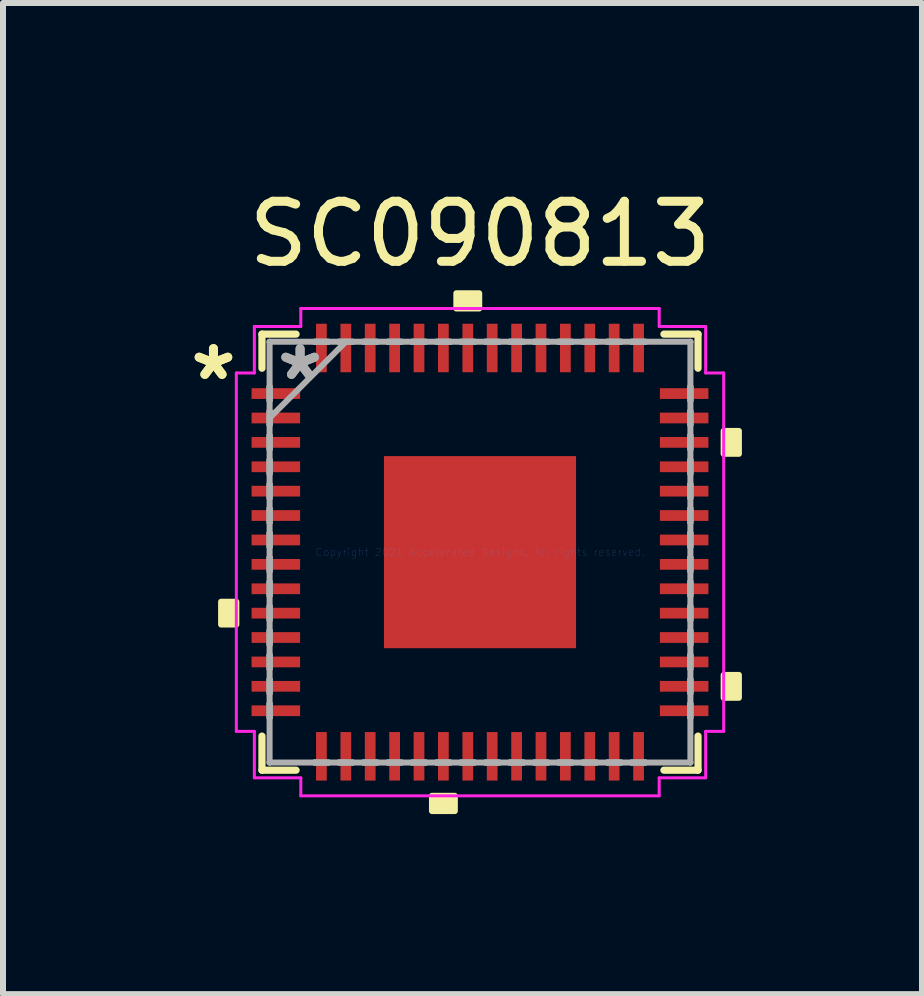
<source format=kicad_pcb>
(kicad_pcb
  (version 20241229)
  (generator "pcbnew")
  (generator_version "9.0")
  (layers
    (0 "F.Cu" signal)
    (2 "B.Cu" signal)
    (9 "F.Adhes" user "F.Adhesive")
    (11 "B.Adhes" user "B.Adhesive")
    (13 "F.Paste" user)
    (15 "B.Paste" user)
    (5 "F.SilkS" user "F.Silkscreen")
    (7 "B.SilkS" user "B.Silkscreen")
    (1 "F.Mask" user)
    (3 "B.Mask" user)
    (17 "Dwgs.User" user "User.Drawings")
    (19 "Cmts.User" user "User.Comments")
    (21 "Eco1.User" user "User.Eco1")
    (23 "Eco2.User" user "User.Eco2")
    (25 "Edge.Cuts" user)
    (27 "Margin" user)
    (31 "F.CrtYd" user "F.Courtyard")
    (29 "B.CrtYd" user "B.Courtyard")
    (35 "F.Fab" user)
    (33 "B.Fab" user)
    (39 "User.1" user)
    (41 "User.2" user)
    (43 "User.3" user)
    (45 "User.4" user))
  (footprint "SC090813"
    (layer "F.Cu")
    (at 4.946 6.148)
    (property "Reference" "SC090813" (at 0 -5.3 0) (layer "F.SilkS") (effects (font (size 1 1) (thickness 0.15))))
    (attr through_hole)
    (fp_line (start -3.632 -3.632) (end -3.632 -3.064) (stroke (width 0.12) (type solid)) (layer "F.SilkS"))
    (fp_line (start -3.632 3.064) (end -3.632 3.632) (stroke (width 0.12) (type solid)) (layer "F.SilkS"))
    (fp_line (start -3.632 3.632) (end -3.064 3.632) (stroke (width 0.12) (type solid)) (layer "F.SilkS"))
    (fp_line (start -3.064 -3.632) (end -3.632 -3.632) (stroke (width 0.12) (type solid)) (layer "F.SilkS"))
    (fp_line (start 3.064 3.632) (end 3.632 3.632) (stroke (width 0.12) (type solid)) (layer "F.SilkS"))
    (fp_line (start 3.632 -3.632) (end 3.064 -3.632) (stroke (width 0.12) (type solid)) (layer "F.SilkS"))
    (fp_line (start 3.632 -3.064) (end 3.632 -3.632) (stroke (width 0.12) (type solid)) (layer "F.SilkS"))
    (fp_line (start 3.632 3.632) (end 3.632 3.064) (stroke (width 0.12) (type solid)) (layer "F.SilkS"))
    (fp_poly (pts (xy -4.313 0.826) (xy -4.313 1.206) (xy -4.059 1.206) (xy -4.059 0.826)) (stroke (width 0.1) (type solid)) (fill yes) (layer "F.SilkS"))
    (fp_poly (pts (xy -0.8 4.059) (xy -0.8 4.313) (xy -0.419 4.313) (xy -0.419 4.059)) (stroke (width 0.1) (type solid)) (fill yes) (layer "F.SilkS"))
    (fp_poly (pts (xy -0.394 -4.059) (xy -0.394 -4.313) (xy -0.013 -4.313) (xy -0.013 -4.059)) (stroke (width 0.1) (type solid)) (fill yes) (layer "F.SilkS"))
    (fp_poly (pts (xy 4.313 -2.019) (xy 4.313 -1.638) (xy 4.059 -1.638) (xy 4.059 -2.019)) (stroke (width 0.1) (type solid)) (fill yes) (layer "F.SilkS"))
    (fp_poly (pts (xy 4.313 2.045) (xy 4.313 2.426) (xy 4.059 2.426) (xy 4.059 2.045)) (stroke (width 0.1) (type solid)) (fill yes) (layer "F.SilkS"))
    (fp_poly (pts (xy -1.5 -1.5) (xy -1.5 -0.1) (xy -0.1 -0.1) (xy -0.1 -1.5)) (stroke (width 0.1) (type solid)) (fill yes) (layer "F.Paste"))
    (fp_poly (pts (xy -1.5 0.1) (xy -1.5 1.5) (xy -0.1 1.5) (xy -0.1 0.1)) (stroke (width 0.1) (type solid)) (fill yes) (layer "F.Paste"))
    (fp_poly (pts (xy 0.1 -1.5) (xy 0.1 -0.1) (xy 1.5 -0.1) (xy 1.5 -1.5)) (stroke (width 0.1) (type solid)) (fill yes) (layer "F.Paste"))
    (fp_poly (pts (xy 0.1 0.1) (xy 0.1 1.5) (xy 1.5 1.5) (xy 1.5 0.1)) (stroke (width 0.1) (type solid)) (fill yes) (layer "F.Paste"))
    (fp_line (start -4.059 -2.985) (end -3.759 -2.985) (stroke (width 0.05) (type solid)) (layer "F.CrtYd"))
    (fp_line (start -4.059 2.985) (end -4.059 -2.985) (stroke (width 0.05) (type solid)) (layer "F.CrtYd"))
    (fp_line (start -3.759 -3.759) (end -2.985 -3.759) (stroke (width 0.05) (type solid)) (layer "F.CrtYd"))
    (fp_line (start -3.759 -2.985) (end -3.759 -3.759) (stroke (width 0.05) (type solid)) (layer "F.CrtYd"))
    (fp_line (start -3.759 2.985) (end -4.059 2.985) (stroke (width 0.05) (type solid)) (layer "F.CrtYd"))
    (fp_line (start -3.759 3.759) (end -3.759 2.985) (stroke (width 0.05) (type solid)) (layer "F.CrtYd"))
    (fp_line (start -2.985 -4.059) (end 2.985 -4.059) (stroke (width 0.05) (type solid)) (layer "F.CrtYd"))
    (fp_line (start -2.985 -3.759) (end -2.985 -4.059) (stroke (width 0.05) (type solid)) (layer "F.CrtYd"))
    (fp_line (start -2.985 3.759) (end -3.759 3.759) (stroke (width 0.05) (type solid)) (layer "F.CrtYd"))
    (fp_line (start -2.985 4.059) (end -2.985 3.759) (stroke (width 0.05) (type solid)) (layer "F.CrtYd"))
    (fp_line (start 2.985 -4.059) (end 2.985 -3.759) (stroke (width 0.05) (type solid)) (layer "F.CrtYd"))
    (fp_line (start 2.985 -3.759) (end 3.759 -3.759) (stroke (width 0.05) (type solid)) (layer "F.CrtYd"))
    (fp_line (start 2.985 3.759) (end 2.985 4.059) (stroke (width 0.05) (type solid)) (layer "F.CrtYd"))
    (fp_line (start 2.985 4.059) (end -2.985 4.059) (stroke (width 0.05) (type solid)) (layer "F.CrtYd"))
    (fp_line (start 3.759 -3.759) (end 3.759 -2.985) (stroke (width 0.05) (type solid)) (layer "F.CrtYd"))
    (fp_line (start 3.759 -2.985) (end 4.059 -2.985) (stroke (width 0.05) (type solid)) (layer "F.CrtYd"))
    (fp_line (start 3.759 2.985) (end 3.759 3.759) (stroke (width 0.05) (type solid)) (layer "F.CrtYd"))
    (fp_line (start 3.759 3.759) (end 2.985 3.759) (stroke (width 0.05) (type solid)) (layer "F.CrtYd"))
    (fp_line (start 4.059 -2.985) (end 4.059 2.985) (stroke (width 0.05) (type solid)) (layer "F.CrtYd"))
    (fp_line (start 4.059 2.985) (end 3.759 2.985) (stroke (width 0.05) (type solid)) (layer "F.CrtYd"))
    (fp_line (start -3.505 -3.505) (end -3.505 -3.505) (stroke (width 0.1) (type solid)) (layer "F.Fab"))
    (fp_line (start -3.505 -3.505) (end -3.505 3.505) (stroke (width 0.1) (type solid)) (layer "F.Fab"))
    (fp_line (start -3.505 -2.756) (end -3.505 -2.756) (stroke (width 0.1) (type solid)) (layer "F.Fab"))
    (fp_line (start -3.505 -2.756) (end -3.505 -2.527) (stroke (width 0.1) (type solid)) (layer "F.Fab"))
    (fp_line (start -3.505 -2.527) (end -3.505 -2.756) (stroke (width 0.1) (type solid)) (layer "F.Fab"))
    (fp_line (start -3.505 -2.527) (end -3.505 -2.527) (stroke (width 0.1) (type solid)) (layer "F.Fab"))
    (fp_line (start -3.505 -2.349) (end -3.505 -2.349) (stroke (width 0.1) (type solid)) (layer "F.Fab"))
    (fp_line (start -3.505 -2.349) (end -3.505 -2.121) (stroke (width 0.1) (type solid)) (layer "F.Fab"))
    (fp_line (start -3.505 -2.235) (end -2.235 -3.505) (stroke (width 0.1) (type solid)) (layer "F.Fab"))
    (fp_line (start -3.505 -2.121) (end -3.505 -2.349) (stroke (width 0.1) (type solid)) (layer "F.Fab"))
    (fp_line (start -3.505 -2.121) (end -3.505 -2.121) (stroke (width 0.1) (type solid)) (layer "F.Fab"))
    (fp_line (start -3.505 -1.943) (end -3.505 -1.943) (stroke (width 0.1) (type solid)) (layer "F.Fab"))
    (fp_line (start -3.505 -1.943) (end -3.505 -1.714) (stroke (width 0.1) (type solid)) (layer "F.Fab"))
    (fp_line (start -3.505 -1.714) (end -3.505 -1.943) (stroke (width 0.1) (type solid)) (layer "F.Fab"))
    (fp_line (start -3.505 -1.714) (end -3.505 -1.714) (stroke (width 0.1) (type solid)) (layer "F.Fab"))
    (fp_line (start -3.505 -1.537) (end -3.505 -1.537) (stroke (width 0.1) (type solid)) (layer "F.Fab"))
    (fp_line (start -3.505 -1.537) (end -3.505 -1.308) (stroke (width 0.1) (type solid)) (layer "F.Fab"))
    (fp_line (start -3.505 -1.308) (end -3.505 -1.537) (stroke (width 0.1) (type solid)) (layer "F.Fab"))
    (fp_line (start -3.505 -1.308) (end -3.505 -1.308) (stroke (width 0.1) (type solid)) (layer "F.Fab"))
    (fp_line (start -3.505 -1.13) (end -3.505 -1.13) (stroke (width 0.1) (type solid)) (layer "F.Fab"))
    (fp_line (start -3.505 -1.13) (end -3.505 -0.902) (stroke (width 0.1) (type solid)) (layer "F.Fab"))
    (fp_line (start -3.505 -0.902) (end -3.505 -1.13) (stroke (width 0.1) (type solid)) (layer "F.Fab"))
    (fp_line (start -3.505 -0.902) (end -3.505 -0.902) (stroke (width 0.1) (type solid)) (layer "F.Fab"))
    (fp_line (start -3.505 -0.724) (end -3.505 -0.724) (stroke (width 0.1) (type solid)) (layer "F.Fab"))
    (fp_line (start -3.505 -0.724) (end -3.505 -0.495) (stroke (width 0.1) (type solid)) (layer "F.Fab"))
    (fp_line (start -3.505 -0.495) (end -3.505 -0.724) (stroke (width 0.1) (type solid)) (layer "F.Fab"))
    (fp_line (start -3.505 -0.495) (end -3.505 -0.495) (stroke (width 0.1) (type solid)) (layer "F.Fab"))
    (fp_line (start -3.505 -0.318) (end -3.505 -0.318) (stroke (width 0.1) (type solid)) (layer "F.Fab"))
    (fp_line (start -3.505 -0.318) (end -3.505 -0.089) (stroke (width 0.1) (type solid)) (layer "F.Fab"))
    (fp_line (start -3.505 -0.089) (end -3.505 -0.318) (stroke (width 0.1) (type solid)) (layer "F.Fab"))
    (fp_line (start -3.505 -0.089) (end -3.505 -0.089) (stroke (width 0.1) (type solid)) (layer "F.Fab"))
    (fp_line (start -3.505 0.089) (end -3.505 0.089) (stroke (width 0.1) (type solid)) (layer "F.Fab"))
    (fp_line (start -3.505 0.089) (end -3.505 0.318) (stroke (width 0.1) (type solid)) (layer "F.Fab"))
    (fp_line (start -3.505 0.318) (end -3.505 0.089) (stroke (width 0.1) (type solid)) (layer "F.Fab"))
    (fp_line (start -3.505 0.318) (end -3.505 0.318) (stroke (width 0.1) (type solid)) (layer "F.Fab"))
    (fp_line (start -3.505 0.495) (end -3.505 0.495) (stroke (width 0.1) (type solid)) (layer "F.Fab"))
    (fp_line (start -3.505 0.495) (end -3.505 0.724) (stroke (width 0.1) (type solid)) (layer "F.Fab"))
    (fp_line (start -3.505 0.724) (end -3.505 0.495) (stroke (width 0.1) (type solid)) (layer "F.Fab"))
    (fp_line (start -3.505 0.724) (end -3.505 0.724) (stroke (width 0.1) (type solid)) (layer "F.Fab"))
    (fp_line (start -3.505 0.902) (end -3.505 0.902) (stroke (width 0.1) (type solid)) (layer "F.Fab"))
    (fp_line (start -3.505 0.902) (end -3.505 1.13) (stroke (width 0.1) (type solid)) (layer "F.Fab"))
    (fp_line (start -3.505 1.13) (end -3.505 0.902) (stroke (width 0.1) (type solid)) (layer "F.Fab"))
    (fp_line (start -3.505 1.13) (end -3.505 1.13) (stroke (width 0.1) (type solid)) (layer "F.Fab"))
    (fp_line (start -3.505 1.308) (end -3.505 1.308) (stroke (width 0.1) (type solid)) (layer "F.Fab"))
    (fp_line (start -3.505 1.308) (end -3.505 1.537) (stroke (width 0.1) (type solid)) (layer "F.Fab"))
    (fp_line (start -3.505 1.537) (end -3.505 1.308) (stroke (width 0.1) (type solid)) (layer "F.Fab"))
    (fp_line (start -3.505 1.537) (end -3.505 1.537) (stroke (width 0.1) (type solid)) (layer "F.Fab"))
    (fp_line (start -3.505 1.714) (end -3.505 1.714) (stroke (width 0.1) (type solid)) (layer "F.Fab"))
    (fp_line (start -3.505 1.714) (end -3.505 1.943) (stroke (width 0.1) (type solid)) (layer "F.Fab"))
    (fp_line (start -3.505 1.943) (end -3.505 1.714) (stroke (width 0.1) (type solid)) (layer "F.Fab"))
    (fp_line (start -3.505 1.943) (end -3.505 1.943) (stroke (width 0.1) (type solid)) (layer "F.Fab"))
    (fp_line (start -3.505 2.121) (end -3.505 2.121) (stroke (width 0.1) (type solid)) (layer "F.Fab"))
    (fp_line (start -3.505 2.121) (end -3.505 2.349) (stroke (width 0.1) (type solid)) (layer "F.Fab"))
    (fp_line (start -3.505 2.349) (end -3.505 2.121) (stroke (width 0.1) (type solid)) (layer "F.Fab"))
    (fp_line (start -3.505 2.349) (end -3.505 2.349) (stroke (width 0.1) (type solid)) (layer "F.Fab"))
    (fp_line (start -3.505 2.527) (end -3.505 2.527) (stroke (width 0.1) (type solid)) (layer "F.Fab"))
    (fp_line (start -3.505 2.527) (end -3.505 2.756) (stroke (width 0.1) (type solid)) (layer "F.Fab"))
    (fp_line (start -3.505 2.756) (end -3.505 2.527) (stroke (width 0.1) (type solid)) (layer "F.Fab"))
    (fp_line (start -3.505 2.756) (end -3.505 2.756) (stroke (width 0.1) (type solid)) (layer "F.Fab"))
    (fp_line (start -3.505 3.505) (end -3.505 3.505) (stroke (width 0.1) (type solid)) (layer "F.Fab"))
    (fp_line (start -3.505 3.505) (end 3.505 3.505) (stroke (width 0.1) (type solid)) (layer "F.Fab"))
    (fp_line (start -2.756 -3.505) (end -2.756 -3.505) (stroke (width 0.1) (type solid)) (layer "F.Fab"))
    (fp_line (start -2.756 -3.505) (end -2.527 -3.505) (stroke (width 0.1) (type solid)) (layer "F.Fab"))
    (fp_line (start -2.756 3.505) (end -2.756 3.505) (stroke (width 0.1) (type solid)) (layer "F.Fab"))
    (fp_line (start -2.756 3.505) (end -2.527 3.505) (stroke (width 0.1) (type solid)) (layer "F.Fab"))
    (fp_line (start -2.527 -3.505) (end -2.756 -3.505) (stroke (width 0.1) (type solid)) (layer "F.Fab"))
    (fp_line (start -2.527 -3.505) (end -2.527 -3.505) (stroke (width 0.1) (type solid)) (layer "F.Fab"))
    (fp_line (start -2.527 3.505) (end -2.756 3.505) (stroke (width 0.1) (type solid)) (layer "F.Fab"))
    (fp_line (start -2.527 3.505) (end -2.527 3.505) (stroke (width 0.1) (type solid)) (layer "F.Fab"))
    (fp_line (start -2.349 -3.505) (end -2.349 -3.505) (stroke (width 0.1) (type solid)) (layer "F.Fab"))
    (fp_line (start -2.349 -3.505) (end -2.121 -3.505) (stroke (width 0.1) (type solid)) (layer "F.Fab"))
    (fp_line (start -2.349 3.505) (end -2.349 3.505) (stroke (width 0.1) (type solid)) (layer "F.Fab"))
    (fp_line (start -2.349 3.505) (end -2.121 3.505) (stroke (width 0.1) (type solid)) (layer "F.Fab"))
    (fp_line (start -2.121 -3.505) (end -2.349 -3.505) (stroke (width 0.1) (type solid)) (layer "F.Fab"))
    (fp_line (start -2.121 -3.505) (end -2.121 -3.505) (stroke (width 0.1) (type solid)) (layer "F.Fab"))
    (fp_line (start -2.121 3.505) (end -2.349 3.505) (stroke (width 0.1) (type solid)) (layer "F.Fab"))
    (fp_line (start -2.121 3.505) (end -2.121 3.505) (stroke (width 0.1) (type solid)) (layer "F.Fab"))
    (fp_line (start -1.943 -3.505) (end -1.943 -3.505) (stroke (width 0.1) (type solid)) (layer "F.Fab"))
    (fp_line (start -1.943 -3.505) (end -1.714 -3.505) (stroke (width 0.1) (type solid)) (layer "F.Fab"))
    (fp_line (start -1.943 3.505) (end -1.943 3.505) (stroke (width 0.1) (type solid)) (layer "F.Fab"))
    (fp_line (start -1.943 3.505) (end -1.714 3.505) (stroke (width 0.1) (type solid)) (layer "F.Fab"))
    (fp_line (start -1.714 -3.505) (end -1.943 -3.505) (stroke (width 0.1) (type solid)) (layer "F.Fab"))
    (fp_line (start -1.714 -3.505) (end -1.714 -3.505) (stroke (width 0.1) (type solid)) (layer "F.Fab"))
    (fp_line (start -1.714 3.505) (end -1.943 3.505) (stroke (width 0.1) (type solid)) (layer "F.Fab"))
    (fp_line (start -1.714 3.505) (end -1.714 3.505) (stroke (width 0.1) (type solid)) (layer "F.Fab"))
    (fp_line (start -1.537 -3.505) (end -1.537 -3.505) (stroke (width 0.1) (type solid)) (layer "F.Fab"))
    (fp_line (start -1.537 -3.505) (end -1.308 -3.505) (stroke (width 0.1) (type solid)) (layer "F.Fab"))
    (fp_line (start -1.537 3.505) (end -1.537 3.505) (stroke (width 0.1) (type solid)) (layer "F.Fab"))
    (fp_line (start -1.537 3.505) (end -1.308 3.505) (stroke (width 0.1) (type solid)) (layer "F.Fab"))
    (fp_line (start -1.308 -3.505) (end -1.537 -3.505) (stroke (width 0.1) (type solid)) (layer "F.Fab"))
    (fp_line (start -1.308 -3.505) (end -1.308 -3.505) (stroke (width 0.1) (type solid)) (layer "F.Fab"))
    (fp_line (start -1.308 3.505) (end -1.537 3.505) (stroke (width 0.1) (type solid)) (layer "F.Fab"))
    (fp_line (start -1.308 3.505) (end -1.308 3.505) (stroke (width 0.1) (type solid)) (layer "F.Fab"))
    (fp_line (start -1.13 -3.505) (end -1.13 -3.505) (stroke (width 0.1) (type solid)) (layer "F.Fab"))
    (fp_line (start -1.13 -3.505) (end -0.902 -3.505) (stroke (width 0.1) (type solid)) (layer "F.Fab"))
    (fp_line (start -1.13 3.505) (end -1.13 3.505) (stroke (width 0.1) (type solid)) (layer "F.Fab"))
    (fp_line (start -1.13 3.505) (end -0.902 3.505) (stroke (width 0.1) (type solid)) (layer "F.Fab"))
    (fp_line (start -0.902 -3.505) (end -1.13 -3.505) (stroke (width 0.1) (type solid)) (layer "F.Fab"))
    (fp_line (start -0.902 -3.505) (end -0.902 -3.505) (stroke (width 0.1) (type solid)) (layer "F.Fab"))
    (fp_line (start -0.902 3.505) (end -1.13 3.505) (stroke (width 0.1) (type solid)) (layer "F.Fab"))
    (fp_line (start -0.902 3.505) (end -0.902 3.505) (stroke (width 0.1) (type solid)) (layer "F.Fab"))
    (fp_line (start -0.724 -3.505) (end -0.724 -3.505) (stroke (width 0.1) (type solid)) (layer "F.Fab"))
    (fp_line (start -0.724 -3.505) (end -0.495 -3.505) (stroke (width 0.1) (type solid)) (layer "F.Fab"))
    (fp_line (start -0.724 3.505) (end -0.724 3.505) (stroke (width 0.1) (type solid)) (layer "F.Fab"))
    (fp_line (start -0.724 3.505) (end -0.495 3.505) (stroke (width 0.1) (type solid)) (layer "F.Fab"))
    (fp_line (start -0.495 -3.505) (end -0.724 -3.505) (stroke (width 0.1) (type solid)) (layer "F.Fab"))
    (fp_line (start -0.495 -3.505) (end -0.495 -3.505) (stroke (width 0.1) (type solid)) (layer "F.Fab"))
    (fp_line (start -0.495 3.505) (end -0.724 3.505) (stroke (width 0.1) (type solid)) (layer "F.Fab"))
    (fp_line (start -0.495 3.505) (end -0.495 3.505) (stroke (width 0.1) (type solid)) (layer "F.Fab"))
    (fp_line (start -0.318 -3.505) (end -0.318 -3.505) (stroke (width 0.1) (type solid)) (layer "F.Fab"))
    (fp_line (start -0.318 -3.505) (end -0.089 -3.505) (stroke (width 0.1) (type solid)) (layer "F.Fab"))
    (fp_line (start -0.318 3.505) (end -0.318 3.505) (stroke (width 0.1) (type solid)) (layer "F.Fab"))
    (fp_line (start -0.318 3.505) (end -0.089 3.505) (stroke (width 0.1) (type solid)) (layer "F.Fab"))
    (fp_line (start -0.089 -3.505) (end -0.318 -3.505) (stroke (width 0.1) (type solid)) (layer "F.Fab"))
    (fp_line (start -0.089 -3.505) (end -0.089 -3.505) (stroke (width 0.1) (type solid)) (layer "F.Fab"))
    (fp_line (start -0.089 3.505) (end -0.318 3.505) (stroke (width 0.1) (type solid)) (layer "F.Fab"))
    (fp_line (start -0.089 3.505) (end -0.089 3.505) (stroke (width 0.1) (type solid)) (layer "F.Fab"))
    (fp_line (start 0.089 -3.505) (end 0.089 -3.505) (stroke (width 0.1) (type solid)) (layer "F.Fab"))
    (fp_line (start 0.089 -3.505) (end 0.318 -3.505) (stroke (width 0.1) (type solid)) (layer "F.Fab"))
    (fp_line (start 0.089 3.505) (end 0.089 3.505) (stroke (width 0.1) (type solid)) (layer "F.Fab"))
    (fp_line (start 0.089 3.505) (end 0.318 3.505) (stroke (width 0.1) (type solid)) (layer "F.Fab"))
    (fp_line (start 0.318 -3.505) (end 0.089 -3.505) (stroke (width 0.1) (type solid)) (layer "F.Fab"))
    (fp_line (start 0.318 -3.505) (end 0.318 -3.505) (stroke (width 0.1) (type solid)) (layer "F.Fab"))
    (fp_line (start 0.318 3.505) (end 0.089 3.505) (stroke (width 0.1) (type solid)) (layer "F.Fab"))
    (fp_line (start 0.318 3.505) (end 0.318 3.505) (stroke (width 0.1) (type solid)) (layer "F.Fab"))
    (fp_line (start 0.495 -3.505) (end 0.495 -3.505) (stroke (width 0.1) (type solid)) (layer "F.Fab"))
    (fp_line (start 0.495 -3.505) (end 0.724 -3.505) (stroke (width 0.1) (type solid)) (layer "F.Fab"))
    (fp_line (start 0.495 3.505) (end 0.495 3.505) (stroke (width 0.1) (type solid)) (layer "F.Fab"))
    (fp_line (start 0.495 3.505) (end 0.724 3.505) (stroke (width 0.1) (type solid)) (layer "F.Fab"))
    (fp_line (start 0.724 -3.505) (end 0.495 -3.505) (stroke (width 0.1) (type solid)) (layer "F.Fab"))
    (fp_line (start 0.724 -3.505) (end 0.724 -3.505) (stroke (width 0.1) (type solid)) (layer "F.Fab"))
    (fp_line (start 0.724 3.505) (end 0.495 3.505) (stroke (width 0.1) (type solid)) (layer "F.Fab"))
    (fp_line (start 0.724 3.505) (end 0.724 3.505) (stroke (width 0.1) (type solid)) (layer "F.Fab"))
    (fp_line (start 0.902 -3.505) (end 0.902 -3.505) (stroke (width 0.1) (type solid)) (layer "F.Fab"))
    (fp_line (start 0.902 -3.505) (end 1.13 -3.505) (stroke (width 0.1) (type solid)) (layer "F.Fab"))
    (fp_line (start 0.902 3.505) (end 0.902 3.505) (stroke (width 0.1) (type solid)) (layer "F.Fab"))
    (fp_line (start 0.902 3.505) (end 1.13 3.505) (stroke (width 0.1) (type solid)) (layer "F.Fab"))
    (fp_line (start 1.13 -3.505) (end 0.902 -3.505) (stroke (width 0.1) (type solid)) (layer "F.Fab"))
    (fp_line (start 1.13 -3.505) (end 1.13 -3.505) (stroke (width 0.1) (type solid)) (layer "F.Fab"))
    (fp_line (start 1.13 3.505) (end 0.902 3.505) (stroke (width 0.1) (type solid)) (layer "F.Fab"))
    (fp_line (start 1.13 3.505) (end 1.13 3.505) (stroke (width 0.1) (type solid)) (layer "F.Fab"))
    (fp_line (start 1.308 -3.505) (end 1.308 -3.505) (stroke (width 0.1) (type solid)) (layer "F.Fab"))
    (fp_line (start 1.308 -3.505) (end 1.537 -3.505) (stroke (width 0.1) (type solid)) (layer "F.Fab"))
    (fp_line (start 1.308 3.505) (end 1.308 3.505) (stroke (width 0.1) (type solid)) (layer "F.Fab"))
    (fp_line (start 1.308 3.505) (end 1.537 3.505) (stroke (width 0.1) (type solid)) (layer "F.Fab"))
    (fp_line (start 1.537 -3.505) (end 1.308 -3.505) (stroke (width 0.1) (type solid)) (layer "F.Fab"))
    (fp_line (start 1.537 -3.505) (end 1.537 -3.505) (stroke (width 0.1) (type solid)) (layer "F.Fab"))
    (fp_line (start 1.537 3.505) (end 1.308 3.505) (stroke (width 0.1) (type solid)) (layer "F.Fab"))
    (fp_line (start 1.537 3.505) (end 1.537 3.505) (stroke (width 0.1) (type solid)) (layer "F.Fab"))
    (fp_line (start 1.714 -3.505) (end 1.714 -3.505) (stroke (width 0.1) (type solid)) (layer "F.Fab"))
    (fp_line (start 1.714 -3.505) (end 1.943 -3.505) (stroke (width 0.1) (type solid)) (layer "F.Fab"))
    (fp_line (start 1.714 3.505) (end 1.714 3.505) (stroke (width 0.1) (type solid)) (layer "F.Fab"))
    (fp_line (start 1.714 3.505) (end 1.943 3.505) (stroke (width 0.1) (type solid)) (layer "F.Fab"))
    (fp_line (start 1.943 -3.505) (end 1.714 -3.505) (stroke (width 0.1) (type solid)) (layer "F.Fab"))
    (fp_line (start 1.943 -3.505) (end 1.943 -3.505) (stroke (width 0.1) (type solid)) (layer "F.Fab"))
    (fp_line (start 1.943 3.505) (end 1.714 3.505) (stroke (width 0.1) (type solid)) (layer "F.Fab"))
    (fp_line (start 1.943 3.505) (end 1.943 3.505) (stroke (width 0.1) (type solid)) (layer "F.Fab"))
    (fp_line (start 2.121 -3.505) (end 2.121 -3.505) (stroke (width 0.1) (type solid)) (layer "F.Fab"))
    (fp_line (start 2.121 -3.505) (end 2.349 -3.505) (stroke (width 0.1) (type solid)) (layer "F.Fab"))
    (fp_line (start 2.121 3.505) (end 2.121 3.505) (stroke (width 0.1) (type solid)) (layer "F.Fab"))
    (fp_line (start 2.121 3.505) (end 2.349 3.505) (stroke (width 0.1) (type solid)) (layer "F.Fab"))
    (fp_line (start 2.349 -3.505) (end 2.121 -3.505) (stroke (width 0.1) (type solid)) (layer "F.Fab"))
    (fp_line (start 2.349 -3.505) (end 2.349 -3.505) (stroke (width 0.1) (type solid)) (layer "F.Fab"))
    (fp_line (start 2.349 3.505) (end 2.121 3.505) (stroke (width 0.1) (type solid)) (layer "F.Fab"))
    (fp_line (start 2.349 3.505) (end 2.349 3.505) (stroke (width 0.1) (type solid)) (layer "F.Fab"))
    (fp_line (start 2.527 -3.505) (end 2.527 -3.505) (stroke (width 0.1) (type solid)) (layer "F.Fab"))
    (fp_line (start 2.527 -3.505) (end 2.756 -3.505) (stroke (width 0.1) (type solid)) (layer "F.Fab"))
    (fp_line (start 2.527 3.505) (end 2.527 3.505) (stroke (width 0.1) (type solid)) (layer "F.Fab"))
    (fp_line (start 2.527 3.505) (end 2.756 3.505) (stroke (width 0.1) (type solid)) (layer "F.Fab"))
    (fp_line (start 2.756 -3.505) (end 2.527 -3.505) (stroke (width 0.1) (type solid)) (layer "F.Fab"))
    (fp_line (start 2.756 -3.505) (end 2.756 -3.505) (stroke (width 0.1) (type solid)) (layer "F.Fab"))
    (fp_line (start 2.756 3.505) (end 2.527 3.505) (stroke (width 0.1) (type solid)) (layer "F.Fab"))
    (fp_line (start 2.756 3.505) (end 2.756 3.505) (stroke (width 0.1) (type solid)) (layer "F.Fab"))
    (fp_line (start 3.505 -3.505) (end -3.505 -3.505) (stroke (width 0.1) (type solid)) (layer "F.Fab"))
    (fp_line (start 3.505 -3.505) (end 3.505 -3.505) (stroke (width 0.1) (type solid)) (layer "F.Fab"))
    (fp_line (start 3.505 -2.756) (end 3.505 -2.756) (stroke (width 0.1) (type solid)) (layer "F.Fab"))
    (fp_line (start 3.505 -2.756) (end 3.505 -2.527) (stroke (width 0.1) (type solid)) (layer "F.Fab"))
    (fp_line (start 3.505 -2.527) (end 3.505 -2.756) (stroke (width 0.1) (type solid)) (layer "F.Fab"))
    (fp_line (start 3.505 -2.527) (end 3.505 -2.527) (stroke (width 0.1) (type solid)) (layer "F.Fab"))
    (fp_line (start 3.505 -2.349) (end 3.505 -2.349) (stroke (width 0.1) (type solid)) (layer "F.Fab"))
    (fp_line (start 3.505 -2.349) (end 3.505 -2.121) (stroke (width 0.1) (type solid)) (layer "F.Fab"))
    (fp_line (start 3.505 -2.121) (end 3.505 -2.349) (stroke (width 0.1) (type solid)) (layer "F.Fab"))
    (fp_line (start 3.505 -2.121) (end 3.505 -2.121) (stroke (width 0.1) (type solid)) (layer "F.Fab"))
    (fp_line (start 3.505 -1.943) (end 3.505 -1.943) (stroke (width 0.1) (type solid)) (layer "F.Fab"))
    (fp_line (start 3.505 -1.943) (end 3.505 -1.714) (stroke (width 0.1) (type solid)) (layer "F.Fab"))
    (fp_line (start 3.505 -1.714) (end 3.505 -1.943) (stroke (width 0.1) (type solid)) (layer "F.Fab"))
    (fp_line (start 3.505 -1.714) (end 3.505 -1.714) (stroke (width 0.1) (type solid)) (layer "F.Fab"))
    (fp_line (start 3.505 -1.537) (end 3.505 -1.537) (stroke (width 0.1) (type solid)) (layer "F.Fab"))
    (fp_line (start 3.505 -1.537) (end 3.505 -1.308) (stroke (width 0.1) (type solid)) (layer "F.Fab"))
    (fp_line (start 3.505 -1.308) (end 3.505 -1.537) (stroke (width 0.1) (type solid)) (layer "F.Fab"))
    (fp_line (start 3.505 -1.308) (end 3.505 -1.308) (stroke (width 0.1) (type solid)) (layer "F.Fab"))
    (fp_line (start 3.505 -1.13) (end 3.505 -1.13) (stroke (width 0.1) (type solid)) (layer "F.Fab"))
    (fp_line (start 3.505 -1.13) (end 3.505 -0.902) (stroke (width 0.1) (type solid)) (layer "F.Fab"))
    (fp_line (start 3.505 -0.902) (end 3.505 -1.13) (stroke (width 0.1) (type solid)) (layer "F.Fab"))
    (fp_line (start 3.505 -0.902) (end 3.505 -0.902) (stroke (width 0.1) (type solid)) (layer "F.Fab"))
    (fp_line (start 3.505 -0.724) (end 3.505 -0.724) (stroke (width 0.1) (type solid)) (layer "F.Fab"))
    (fp_line (start 3.505 -0.724) (end 3.505 -0.495) (stroke (width 0.1) (type solid)) (layer "F.Fab"))
    (fp_line (start 3.505 -0.495) (end 3.505 -0.724) (stroke (width 0.1) (type solid)) (layer "F.Fab"))
    (fp_line (start 3.505 -0.495) (end 3.505 -0.495) (stroke (width 0.1) (type solid)) (layer "F.Fab"))
    (fp_line (start 3.505 -0.318) (end 3.505 -0.318) (stroke (width 0.1) (type solid)) (layer "F.Fab"))
    (fp_line (start 3.505 -0.318) (end 3.505 -0.089) (stroke (width 0.1) (type solid)) (layer "F.Fab"))
    (fp_line (start 3.505 -0.089) (end 3.505 -0.318) (stroke (width 0.1) (type solid)) (layer "F.Fab"))
    (fp_line (start 3.505 -0.089) (end 3.505 -0.089) (stroke (width 0.1) (type solid)) (layer "F.Fab"))
    (fp_line (start 3.505 0.089) (end 3.505 0.089) (stroke (width 0.1) (type solid)) (layer "F.Fab"))
    (fp_line (start 3.505 0.089) (end 3.505 0.318) (stroke (width 0.1) (type solid)) (layer "F.Fab"))
    (fp_line (start 3.505 0.318) (end 3.505 0.089) (stroke (width 0.1) (type solid)) (layer "F.Fab"))
    (fp_line (start 3.505 0.318) (end 3.505 0.318) (stroke (width 0.1) (type solid)) (layer "F.Fab"))
    (fp_line (start 3.505 0.495) (end 3.505 0.495) (stroke (width 0.1) (type solid)) (layer "F.Fab"))
    (fp_line (start 3.505 0.495) (end 3.505 0.724) (stroke (width 0.1) (type solid)) (layer "F.Fab"))
    (fp_line (start 3.505 0.724) (end 3.505 0.495) (stroke (width 0.1) (type solid)) (layer "F.Fab"))
    (fp_line (start 3.505 0.724) (end 3.505 0.724) (stroke (width 0.1) (type solid)) (layer "F.Fab"))
    (fp_line (start 3.505 0.902) (end 3.505 0.902) (stroke (width 0.1) (type solid)) (layer "F.Fab"))
    (fp_line (start 3.505 0.902) (end 3.505 1.13) (stroke (width 0.1) (type solid)) (layer "F.Fab"))
    (fp_line (start 3.505 1.13) (end 3.505 0.902) (stroke (width 0.1) (type solid)) (layer "F.Fab"))
    (fp_line (start 3.505 1.13) (end 3.505 1.13) (stroke (width 0.1) (type solid)) (layer "F.Fab"))
    (fp_line (start 3.505 1.308) (end 3.505 1.308) (stroke (width 0.1) (type solid)) (layer "F.Fab"))
    (fp_line (start 3.505 1.308) (end 3.505 1.537) (stroke (width 0.1) (type solid)) (layer "F.Fab"))
    (fp_line (start 3.505 1.537) (end 3.505 1.308) (stroke (width 0.1) (type solid)) (layer "F.Fab"))
    (fp_line (start 3.505 1.537) (end 3.505 1.537) (stroke (width 0.1) (type solid)) (layer "F.Fab"))
    (fp_line (start 3.505 1.714) (end 3.505 1.714) (stroke (width 0.1) (type solid)) (layer "F.Fab"))
    (fp_line (start 3.505 1.714) (end 3.505 1.943) (stroke (width 0.1) (type solid)) (layer "F.Fab"))
    (fp_line (start 3.505 1.943) (end 3.505 1.714) (stroke (width 0.1) (type solid)) (layer "F.Fab"))
    (fp_line (start 3.505 1.943) (end 3.505 1.943) (stroke (width 0.1) (type solid)) (layer "F.Fab"))
    (fp_line (start 3.505 2.121) (end 3.505 2.121) (stroke (width 0.1) (type solid)) (layer "F.Fab"))
    (fp_line (start 3.505 2.121) (end 3.505 2.349) (stroke (width 0.1) (type solid)) (layer "F.Fab"))
    (fp_line (start 3.505 2.349) (end 3.505 2.121) (stroke (width 0.1) (type solid)) (layer "F.Fab"))
    (fp_line (start 3.505 2.349) (end 3.505 2.349) (stroke (width 0.1) (type solid)) (layer "F.Fab"))
    (fp_line (start 3.505 2.527) (end 3.505 2.527) (stroke (width 0.1) (type solid)) (layer "F.Fab"))
    (fp_line (start 3.505 2.527) (end 3.505 2.756) (stroke (width 0.1) (type solid)) (layer "F.Fab"))
    (fp_line (start 3.505 2.756) (end 3.505 2.527) (stroke (width 0.1) (type solid)) (layer "F.Fab"))
    (fp_line (start 3.505 2.756) (end 3.505 2.756) (stroke (width 0.1) (type solid)) (layer "F.Fab"))
    (fp_line (start 3.505 3.505) (end 3.505 -3.505) (stroke (width 0.1) (type solid)) (layer "F.Fab"))
    (fp_line (start 3.505 3.505) (end 3.505 3.505) (stroke (width 0.1) (type solid)) (layer "F.Fab"))
    (fp_text user "*" (at -4.44 -2.845 0) (layer "F.SilkS") (effects (font (size 1 1) (thickness 0.15))))
    (fp_text user "*" (at -4.44 -2.845 0) (layer "F.SilkS") (effects (font (size 1 1) (thickness 0.15))))
    (fp_text user "Copyright 2021 Accelerated Designs. All rights reserved." (at 0 0 0) (layer "Cmts.User") (effects (font (size 0.127 0.127) (thickness 0.002))))
    (fp_text user "*" (at -2.997 -2.845 0) (layer "F.Fab") (effects (font (size 1 1) (thickness 0.15))))
    (fp_text user "*" (at -2.997 -2.845 0) (layer "F.Fab") (effects (font (size 1 1) (thickness 0.15))))
    (pad "1" smd rect (at -3.401 -2.642 90) (size 0.179 0.808) (layers "F.Cu" "F.Mask" "F.Paste"))
    (pad "2" smd rect (at -3.401 -2.235 90) (size 0.179 0.808) (layers "F.Cu" "F.Mask" "F.Paste"))
    (pad "3" smd rect (at -3.401 -1.829 90) (size 0.179 0.808) (layers "F.Cu" "F.Mask" "F.Paste"))
    (pad "4" smd rect (at -3.401 -1.422 90) (size 0.179 0.808) (layers "F.Cu" "F.Mask" "F.Paste"))
    (pad "5" smd rect (at -3.401 -1.016 90) (size 0.179 0.808) (layers "F.Cu" "F.Mask" "F.Paste"))
    (pad "6" smd rect (at -3.401 -0.61 90) (size 0.179 0.808) (layers "F.Cu" "F.Mask" "F.Paste"))
    (pad "7" smd rect (at -3.401 -0.203 90) (size 0.179 0.808) (layers "F.Cu" "F.Mask" "F.Paste"))
    (pad "8" smd rect (at -3.401 0.203 90) (size 0.179 0.808) (layers "F.Cu" "F.Mask" "F.Paste"))
    (pad "9" smd rect (at -3.401 0.61 90) (size 0.179 0.808) (layers "F.Cu" "F.Mask" "F.Paste"))
    (pad "10" smd rect (at -3.401 1.016 90) (size 0.179 0.808) (layers "F.Cu" "F.Mask" "F.Paste"))
    (pad "11" smd rect (at -3.401 1.422 90) (size 0.179 0.808) (layers "F.Cu" "F.Mask" "F.Paste"))
    (pad "12" smd rect (at -3.401 1.829 90) (size 0.179 0.808) (layers "F.Cu" "F.Mask" "F.Paste"))
    (pad "13" smd rect (at -3.401 2.235 90) (size 0.179 0.808) (layers "F.Cu" "F.Mask" "F.Paste"))
    (pad "14" smd rect (at -3.401 2.642 90) (size 0.179 0.808) (layers "F.Cu" "F.Mask" "F.Paste"))
    (pad "15" smd rect (at -2.642 3.401) (size 0.179 0.808) (layers "F.Cu" "F.Mask" "F.Paste"))
    (pad "16" smd rect (at -2.235 3.401) (size 0.179 0.808) (layers "F.Cu" "F.Mask" "F.Paste"))
    (pad "17" smd rect (at -1.829 3.401) (size 0.179 0.808) (layers "F.Cu" "F.Mask" "F.Paste"))
    (pad "18" smd rect (at -1.422 3.401) (size 0.179 0.808) (layers "F.Cu" "F.Mask" "F.Paste"))
    (pad "19" smd rect (at -1.016 3.401) (size 0.179 0.808) (layers "F.Cu" "F.Mask" "F.Paste"))
    (pad "20" smd rect (at -0.61 3.401) (size 0.179 0.808) (layers "F.Cu" "F.Mask" "F.Paste"))
    (pad "21" smd rect (at -0.203 3.401) (size 0.179 0.808) (layers "F.Cu" "F.Mask" "F.Paste"))
    (pad "22" smd rect (at 0.203 3.401) (size 0.179 0.808) (layers "F.Cu" "F.Mask" "F.Paste"))
    (pad "23" smd rect (at 0.61 3.401) (size 0.179 0.808) (layers "F.Cu" "F.Mask" "F.Paste"))
    (pad "24" smd rect (at 1.016 3.401) (size 0.179 0.808) (layers "F.Cu" "F.Mask" "F.Paste"))
    (pad "25" smd rect (at 1.422 3.401) (size 0.179 0.808) (layers "F.Cu" "F.Mask" "F.Paste"))
    (pad "26" smd rect (at 1.829 3.401) (size 0.179 0.808) (layers "F.Cu" "F.Mask" "F.Paste"))
    (pad "27" smd rect (at 2.235 3.401) (size 0.179 0.808) (layers "F.Cu" "F.Mask" "F.Paste"))
    (pad "28" smd rect (at 2.642 3.401) (size 0.179 0.808) (layers "F.Cu" "F.Mask" "F.Paste"))
    (pad "29" smd rect (at 3.401 2.642 90) (size 0.179 0.808) (layers "F.Cu" "F.Mask" "F.Paste"))
    (pad "30" smd rect (at 3.401 2.235 90) (size 0.179 0.808) (layers "F.Cu" "F.Mask" "F.Paste"))
    (pad "31" smd rect (at 3.401 1.829 90) (size 0.179 0.808) (layers "F.Cu" "F.Mask" "F.Paste"))
    (pad "32" smd rect (at 3.401 1.422 90) (size 0.179 0.808) (layers "F.Cu" "F.Mask" "F.Paste"))
    (pad "33" smd rect (at 3.401 1.016 90) (size 0.179 0.808) (layers "F.Cu" "F.Mask" "F.Paste"))
    (pad "34" smd rect (at 3.401 0.61 90) (size 0.179 0.808) (layers "F.Cu" "F.Mask" "F.Paste"))
    (pad "35" smd rect (at 3.401 0.203 90) (size 0.179 0.808) (layers "F.Cu" "F.Mask" "F.Paste"))
    (pad "36" smd rect (at 3.401 -0.203 90) (size 0.179 0.808) (layers "F.Cu" "F.Mask" "F.Paste"))
    (pad "37" smd rect (at 3.401 -0.61 90) (size 0.179 0.808) (layers "F.Cu" "F.Mask" "F.Paste"))
    (pad "38" smd rect (at 3.401 -1.016 90) (size 0.179 0.808) (layers "F.Cu" "F.Mask" "F.Paste"))
    (pad "39" smd rect (at 3.401 -1.422 90) (size 0.179 0.808) (layers "F.Cu" "F.Mask" "F.Paste"))
    (pad "40" smd rect (at 3.401 -1.829 90) (size 0.179 0.808) (layers "F.Cu" "F.Mask" "F.Paste"))
    (pad "41" smd rect (at 3.401 -2.235 90) (size 0.179 0.808) (layers "F.Cu" "F.Mask" "F.Paste"))
    (pad "42" smd rect (at 3.401 -2.642 90) (size 0.179 0.808) (layers "F.Cu" "F.Mask" "F.Paste"))
    (pad "43" smd rect (at 2.642 -3.401) (size 0.179 0.808) (layers "F.Cu" "F.Mask" "F.Paste"))
    (pad "44" smd rect (at 2.235 -3.401) (size 0.179 0.808) (layers "F.Cu" "F.Mask" "F.Paste"))
    (pad "45" smd rect (at 1.829 -3.401) (size 0.179 0.808) (layers "F.Cu" "F.Mask" "F.Paste"))
    (pad "46" smd rect (at 1.422 -3.401) (size 0.179 0.808) (layers "F.Cu" "F.Mask" "F.Paste"))
    (pad "47" smd rect (at 1.016 -3.401) (size 0.179 0.808) (layers "F.Cu" "F.Mask" "F.Paste"))
    (pad "48" smd rect (at 0.61 -3.401) (size 0.179 0.808) (layers "F.Cu" "F.Mask" "F.Paste"))
    (pad "49" smd rect (at 0.203 -3.401) (size 0.179 0.808) (layers "F.Cu" "F.Mask" "F.Paste"))
    (pad "50" smd rect (at -0.203 -3.401) (size 0.179 0.808) (layers "F.Cu" "F.Mask" "F.Paste"))
    (pad "51" smd rect (at -0.61 -3.401) (size 0.179 0.808) (layers "F.Cu" "F.Mask" "F.Paste"))
    (pad "52" smd rect (at -1.016 -3.401) (size 0.179 0.808) (layers "F.Cu" "F.Mask" "F.Paste"))
    (pad "53" smd rect (at -1.422 -3.401) (size 0.179 0.808) (layers "F.Cu" "F.Mask" "F.Paste"))
    (pad "54" smd rect (at -1.829 -3.401) (size 0.179 0.808) (layers "F.Cu" "F.Mask" "F.Paste"))
    (pad "55" smd rect (at -2.235 -3.401) (size 0.179 0.808) (layers "F.Cu" "F.Mask" "F.Paste"))
    (pad "56" smd rect (at -2.642 -3.401) (size 0.179 0.808) (layers "F.Cu" "F.Mask" "F.Paste"))
    (pad "57" smd rect (at 0 0) (size 3.2 3.2) (layers "F.Cu" "F.Mask")))
  (gr_rect
    (start -3 -3)
    (end 12.309 13.511)
    (stroke (width 0.1) (type default))
    (fill no)
    (layer "Edge.Cuts")))
</source>
